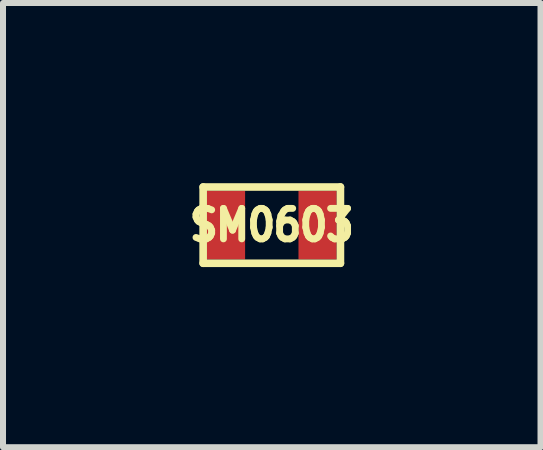
<source format=kicad_pcb>
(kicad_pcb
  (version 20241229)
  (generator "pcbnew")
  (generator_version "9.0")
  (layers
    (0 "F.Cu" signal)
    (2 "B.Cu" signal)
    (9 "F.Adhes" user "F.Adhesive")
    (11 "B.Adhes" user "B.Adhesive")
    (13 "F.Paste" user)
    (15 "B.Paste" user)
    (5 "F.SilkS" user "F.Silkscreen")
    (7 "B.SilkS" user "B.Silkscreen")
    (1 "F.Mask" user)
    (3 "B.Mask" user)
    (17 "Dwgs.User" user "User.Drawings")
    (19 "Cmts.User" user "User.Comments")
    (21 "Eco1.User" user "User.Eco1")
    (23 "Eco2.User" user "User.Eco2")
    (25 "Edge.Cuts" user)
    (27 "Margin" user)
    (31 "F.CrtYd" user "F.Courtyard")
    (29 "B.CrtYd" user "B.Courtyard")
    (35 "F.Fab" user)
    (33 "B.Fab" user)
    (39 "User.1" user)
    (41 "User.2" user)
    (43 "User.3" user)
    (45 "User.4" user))
  (footprint "SM0603"
    (layer "F.Cu")
    (at 1.476 0.699)
    (property "Reference" "SM0603" (at 0 0 0) (layer "F.SilkS") (effects (font (size 0.508 0.457) (thickness 0.114))))
    (attr smd)
    (fp_line (start -1.143 -0.635) (end 1.143 -0.635) (stroke (width 0.127) (type solid)) (layer "F.SilkS"))
    (fp_line (start -1.143 0.635) (end -1.143 -0.635) (stroke (width 0.127) (type solid)) (layer "F.SilkS"))
    (fp_line (start 1.143 -0.635) (end 1.143 0.635) (stroke (width 0.127) (type solid)) (layer "F.SilkS"))
    (fp_line (start 1.143 0.635) (end -1.143 0.635) (stroke (width 0.127) (type solid)) (layer "F.SilkS"))
    (pad "1" smd rect (at -0.762 0) (size 0.635 1.143) (layers "F.Cu" "F.Mask" "F.Paste"))
    (pad "2" smd rect (at 0.762 0) (size 0.635 1.143) (layers "F.Cu" "F.Mask" "F.Paste")))
  (gr_rect
    (start -3 -3)
    (end 5.951 4.397)
    (stroke (width 0.1) (type default))
    (fill no)
    (layer "Edge.Cuts")))
</source>
